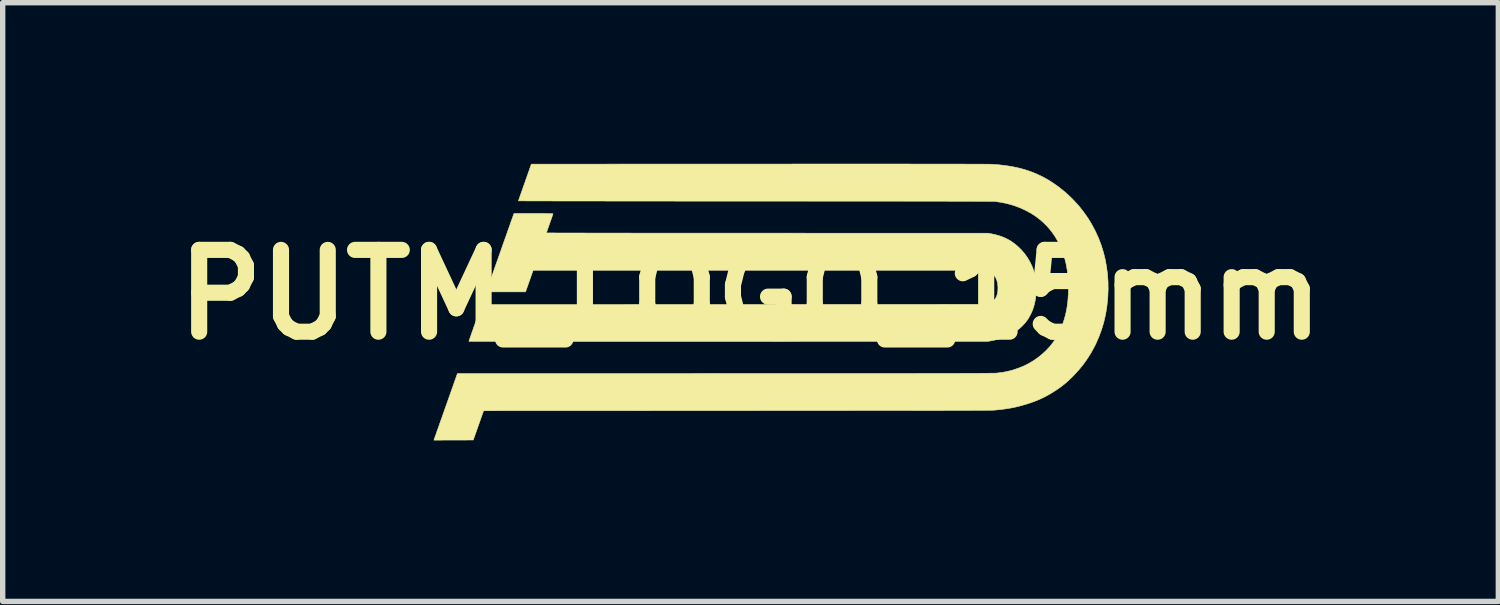
<source format=kicad_pcb>
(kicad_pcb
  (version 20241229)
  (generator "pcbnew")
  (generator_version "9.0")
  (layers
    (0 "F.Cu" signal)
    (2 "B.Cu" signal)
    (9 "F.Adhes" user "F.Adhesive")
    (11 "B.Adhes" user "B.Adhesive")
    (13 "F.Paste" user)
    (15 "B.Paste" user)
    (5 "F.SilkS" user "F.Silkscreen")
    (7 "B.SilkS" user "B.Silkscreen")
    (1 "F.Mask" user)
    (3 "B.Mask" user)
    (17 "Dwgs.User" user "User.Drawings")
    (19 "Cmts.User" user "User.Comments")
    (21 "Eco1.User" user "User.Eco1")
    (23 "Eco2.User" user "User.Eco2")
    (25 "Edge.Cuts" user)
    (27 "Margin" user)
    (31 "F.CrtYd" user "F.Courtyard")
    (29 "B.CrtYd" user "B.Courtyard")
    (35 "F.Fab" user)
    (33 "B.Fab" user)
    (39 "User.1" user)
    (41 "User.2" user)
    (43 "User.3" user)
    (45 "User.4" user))
  (footprint "PUTM_LOGO_15mm"
    (layer "F.Cu")
    (at 10.929 2.439)
    (property "Reference" "PUTM_LOGO_15mm" (at 0 0 0) (layer "F.SilkS") (effects (font (size 1.524 1.524) (thickness 0.3))))
    (attr through_hole)
    (fp_poly (pts (xy -3.974 -1.511) (xy -3.913 -1.511) (xy -3.86 -1.511) (xy -3.815 -1.511) (xy -3.777 -1.51) (xy -3.745 -1.51) (xy -3.72 -1.51) (xy -3.702 -1.509) (xy -3.689 -1.508) (xy -3.681 -1.507) (xy -3.679 -1.507) (xy -3.68 -1.502) (xy -3.684 -1.49) (xy -3.69 -1.471) (xy -3.698 -1.448) (xy -3.708 -1.419) (xy -3.719 -1.387) (xy -3.732 -1.352) (xy -3.74 -1.328) (xy -3.753 -1.291) (xy -3.765 -1.257) (xy -3.776 -1.226) (xy -3.785 -1.2) (xy -3.792 -1.178) (xy -3.798 -1.162) (xy -3.801 -1.153) (xy -3.802 -1.15) (xy -3.797 -1.15) (xy -3.785 -1.15) (xy -3.764 -1.15) (xy -3.736 -1.15) (xy -3.699 -1.15) (xy -3.656 -1.15) (xy -3.604 -1.149) (xy -3.546 -1.149) (xy -3.481 -1.149) (xy -3.409 -1.149) (xy -3.33 -1.149) (xy -3.244 -1.149) (xy -3.153 -1.149) (xy -3.055 -1.148) (xy -2.951 -1.148) (xy -2.842 -1.148) (xy -2.727 -1.148) (xy -2.607 -1.148) (xy -2.481 -1.148) (xy -2.351 -1.148) (xy -2.215 -1.147) (xy -2.075 -1.147) (xy -1.931 -1.147) (xy -1.782 -1.147) (xy -1.629 -1.147) (xy -1.473 -1.147) (xy -1.312 -1.147) (xy -1.148 -1.147) (xy -0.981 -1.147) (xy -0.81 -1.146) (xy -0.636 -1.146) (xy -0.46 -1.146) (xy -0.281 -1.146) (xy -0.099 -1.146) (xy 0.085 -1.146) (xy 0.271 -1.146) (xy 0.31 -1.146) (xy 4.422 -1.145) (xy 4.475 -1.136) (xy 4.562 -1.118) (xy 4.642 -1.095) (xy 4.718 -1.067) (xy 4.789 -1.033) (xy 4.858 -0.993) (xy 4.924 -0.945) (xy 4.978 -0.9) (xy 5.043 -0.837) (xy 5.102 -0.769) (xy 5.155 -0.696) (xy 5.201 -0.619) (xy 5.241 -0.538) (xy 5.273 -0.455) (xy 5.297 -0.37) (xy 5.314 -0.283) (xy 5.323 -0.193) (xy 5.325 -0.1) (xy 5.322 -0.035) (xy 5.313 0.051) (xy 5.299 0.131) (xy 5.281 0.206) (xy 5.258 0.277) (xy 5.229 0.344) (xy 5.228 0.347) (xy 5.201 0.399) (xy 5.175 0.445) (xy 5.146 0.487) (xy 5.115 0.526) (xy 5.078 0.566) (xy 5.074 0.571) (xy 5.018 0.624) (xy 4.959 0.671) (xy 4.895 0.713) (xy 4.825 0.751) (xy 4.824 0.752) (xy 4.77 0.777) (xy 4.716 0.798) (xy 4.661 0.817) (xy 4.601 0.833) (xy 4.537 0.848) (xy 4.47 0.861) (xy 4.417 0.87) (xy -0.414 0.871) (xy -0.616 0.871) (xy -0.816 0.871) (xy -1.014 0.871) (xy -1.209 0.871) (xy -1.402 0.871) (xy -1.592 0.871) (xy -1.78 0.871) (xy -1.964 0.871) (xy -2.145 0.871) (xy -2.323 0.871) (xy -2.497 0.871) (xy -2.667 0.871) (xy -2.834 0.871) (xy -2.996 0.871) (xy -3.154 0.871) (xy -3.308 0.871) (xy -3.457 0.871) (xy -3.602 0.871) (xy -3.741 0.871) (xy -3.876 0.871) (xy -4.005 0.871) (xy -4.129 0.871) (xy -4.247 0.871) (xy -4.36 0.871) (xy -4.466 0.87) (xy -4.567 0.87) (xy -4.661 0.87) (xy -4.749 0.87) (xy -4.83 0.87) (xy -4.905 0.87) (xy -4.973 0.87) (xy -5.033 0.87) (xy -5.086 0.87) (xy -5.132 0.87) (xy -5.171 0.869) (xy -5.201 0.869) (xy -5.224 0.869) (xy -5.239 0.869) (xy -5.245 0.869) (xy -5.245 0.869) (xy -5.244 0.864) (xy -5.24 0.853) (xy -5.233 0.834) (xy -5.225 0.809) (xy -5.214 0.779) (xy -5.202 0.743) (xy -5.188 0.703) (xy -5.172 0.659) (xy -5.156 0.612) (xy -5.138 0.562) (xy -5.125 0.525) (xy -5.005 0.184) (xy -0.313 0.182) (xy 4.379 0.18) (xy 4.411 0.171) (xy 4.458 0.154) (xy 4.498 0.133) (xy 4.531 0.108) (xy 4.559 0.077) (xy 4.58 0.041) (xy 4.595 -0.001) (xy 4.605 -0.049) (xy 4.609 -0.102) (xy 4.609 -0.148) (xy 4.603 -0.206) (xy 4.592 -0.258) (xy 4.574 -0.304) (xy 4.55 -0.345) (xy 4.521 -0.379) (xy 4.485 -0.407) (xy 4.443 -0.43) (xy 4.398 -0.445) (xy 4.362 -0.455) (xy -4.048 -0.455) (xy -4.19 -0.053) (xy -4.555 -0.052) (xy -4.621 -0.052) (xy -4.681 -0.052) (xy -4.736 -0.052) (xy -4.783 -0.052) (xy -4.825 -0.052) (xy -4.859 -0.052) (xy -4.886 -0.053) (xy -4.905 -0.053) (xy -4.916 -0.054) (xy -4.919 -0.055) (xy -4.918 -0.059) (xy -4.914 -0.071) (xy -4.907 -0.09) (xy -4.898 -0.116) (xy -4.887 -0.148) (xy -4.873 -0.186) (xy -4.858 -0.23) (xy -4.841 -0.279) (xy -4.822 -0.333) (xy -4.802 -0.391) (xy -4.78 -0.453) (xy -4.757 -0.518) (xy -4.733 -0.587) (xy -4.707 -0.658) (xy -4.681 -0.732) (xy -4.669 -0.767) (xy -4.642 -0.842) (xy -4.617 -0.915) (xy -4.592 -0.985) (xy -4.568 -1.053) (xy -4.545 -1.117) (xy -4.524 -1.178) (xy -4.504 -1.235) (xy -4.485 -1.287) (xy -4.469 -1.334) (xy -4.454 -1.376) (xy -4.441 -1.412) (xy -4.43 -1.442) (xy -4.422 -1.466) (xy -4.416 -1.483) (xy -4.413 -1.492) (xy -4.412 -1.493) (xy -4.406 -1.511) (xy -4.042 -1.511) (xy -3.974 -1.511)) (stroke (width 0.01) (type solid)) (fill yes) (layer "F.SilkS"))
    (fp_poly (pts (xy 2.107 -2.434) (xy 2.285 -2.434) (xy 2.456 -2.434) (xy 2.619 -2.434) (xy 2.774 -2.434) (xy 2.922 -2.434) (xy 3.063 -2.433) (xy 3.196 -2.433) (xy 3.322 -2.433) (xy 3.442 -2.433) (xy 3.554 -2.433) (xy 3.659 -2.433) (xy 3.758 -2.433) (xy 3.85 -2.433) (xy 3.935 -2.433) (xy 4.014 -2.432) (xy 4.086 -2.432) (xy 4.151 -2.432) (xy 4.211 -2.432) (xy 4.264 -2.432) (xy 4.311 -2.432) (xy 4.352 -2.431) (xy 4.387 -2.431) (xy 4.416 -2.431) (xy 4.439 -2.431) (xy 4.457 -2.43) (xy 4.468 -2.43) (xy 4.473 -2.43) (xy 4.612 -2.421) (xy 4.745 -2.406) (xy 4.872 -2.386) (xy 4.994 -2.36) (xy 5.111 -2.329) (xy 5.224 -2.291) (xy 5.333 -2.247) (xy 5.439 -2.197) (xy 5.542 -2.14) (xy 5.642 -2.076) (xy 5.741 -2.006) (xy 5.839 -1.928) (xy 5.895 -1.88) (xy 5.923 -1.854) (xy 5.954 -1.824) (xy 5.988 -1.791) (xy 6.022 -1.756) (xy 6.055 -1.721) (xy 6.086 -1.687) (xy 6.113 -1.657) (xy 6.125 -1.643) (xy 6.211 -1.533) (xy 6.29 -1.42) (xy 6.361 -1.302) (xy 6.425 -1.181) (xy 6.482 -1.056) (xy 6.531 -0.928) (xy 6.572 -0.796) (xy 6.606 -0.662) (xy 6.631 -0.525) (xy 6.65 -0.386) (xy 6.66 -0.244) (xy 6.662 -0.101) (xy 6.656 0.045) (xy 6.652 0.096) (xy 6.636 0.239) (xy 6.612 0.379) (xy 6.58 0.516) (xy 6.54 0.649) (xy 6.492 0.779) (xy 6.437 0.906) (xy 6.409 0.963) (xy 6.346 1.079) (xy 6.277 1.189) (xy 6.203 1.294) (xy 6.121 1.395) (xy 6.032 1.492) (xy 5.996 1.529) (xy 5.945 1.578) (xy 5.898 1.622) (xy 5.851 1.662) (xy 5.803 1.7) (xy 5.753 1.737) (xy 5.698 1.775) (xy 5.683 1.784) (xy 5.586 1.845) (xy 5.489 1.899) (xy 5.391 1.946) (xy 5.289 1.988) (xy 5.203 2.018) (xy 5.133 2.041) (xy 5.068 2.06) (xy 5.005 2.077) (xy 4.943 2.092) (xy 4.88 2.105) (xy 4.816 2.117) (xy 4.749 2.127) (xy 4.678 2.137) (xy 4.6 2.145) (xy 4.536 2.151) (xy 4.531 2.152) (xy 4.523 2.152) (xy 4.51 2.152) (xy 4.494 2.152) (xy 4.474 2.153) (xy 4.449 2.153) (xy 4.42 2.153) (xy 4.387 2.153) (xy 4.349 2.154) (xy 4.307 2.154) (xy 4.26 2.154) (xy 4.208 2.154) (xy 4.151 2.154) (xy 4.089 2.155) (xy 4.022 2.155) (xy 3.949 2.155) (xy 3.871 2.155) (xy 3.787 2.155) (xy 3.698 2.155) (xy 3.603 2.156) (xy 3.502 2.156) (xy 3.395 2.156) (xy 3.282 2.156) (xy 3.163 2.156) (xy 3.037 2.156) (xy 2.905 2.157) (xy 2.766 2.157) (xy 2.62 2.157) (xy 2.468 2.157) (xy 2.309 2.157) (xy 2.143 2.157) (xy 1.969 2.157) (xy 1.788 2.158) (xy 1.6 2.158) (xy 1.404 2.158) (xy 1.201 2.158) (xy 0.99 2.158) (xy 0.771 2.158) (xy 0.544 2.158) (xy 0.309 2.158) (xy 0.066 2.159) (xy -0.186 2.159) (xy -0.245 2.159) (xy -4.971 2.161) (xy -5.164 2.707) (xy -5.897 2.709) (xy -5.881 2.664) (xy -5.878 2.655) (xy -5.872 2.638) (xy -5.863 2.614) (xy -5.852 2.583) (xy -5.84 2.547) (xy -5.825 2.505) (xy -5.808 2.458) (xy -5.79 2.407) (xy -5.771 2.352) (xy -5.75 2.293) (xy -5.728 2.231) (xy -5.705 2.166) (xy -5.682 2.099) (xy -5.662 2.044) (xy -5.459 1.469) (xy -0.464 1.468) (xy -0.215 1.468) (xy 0.024 1.468) (xy 0.256 1.468) (xy 0.48 1.468) (xy 0.696 1.468) (xy 0.904 1.467) (xy 1.104 1.467) (xy 1.297 1.467) (xy 1.483 1.467) (xy 1.661 1.467) (xy 1.833 1.467) (xy 1.997 1.467) (xy 2.155 1.467) (xy 2.306 1.467) (xy 2.451 1.467) (xy 2.589 1.467) (xy 2.722 1.467) (xy 2.848 1.467) (xy 2.968 1.467) (xy 3.083 1.467) (xy 3.192 1.466) (xy 3.295 1.466) (xy 3.394 1.466) (xy 3.487 1.466) (xy 3.575 1.466) (xy 3.658 1.466) (xy 3.737 1.466) (xy 3.81 1.466) (xy 3.88 1.466) (xy 3.945 1.465) (xy 4.006 1.465) (xy 4.063 1.465) (xy 4.116 1.465) (xy 4.165 1.465) (xy 4.211 1.465) (xy 4.253 1.465) (xy 4.292 1.464) (xy 4.328 1.464) (xy 4.361 1.464) (xy 4.391 1.464) (xy 4.418 1.464) (xy 4.443 1.463) (xy 4.465 1.463) (xy 4.485 1.463) (xy 4.503 1.463) (xy 4.518 1.462) (xy 4.532 1.462) (xy 4.545 1.462) (xy 4.555 1.462) (xy 4.564 1.461) (xy 4.572 1.461) (xy 4.579 1.461) (xy 4.585 1.46) (xy 4.59 1.46) (xy 4.594 1.46) (xy 4.597 1.459) (xy 4.597 1.459) (xy 4.663 1.451) (xy 4.723 1.442) (xy 4.778 1.431) (xy 4.83 1.419) (xy 4.882 1.405) (xy 4.889 1.403) (xy 4.995 1.367) (xy 5.095 1.326) (xy 5.189 1.279) (xy 5.278 1.225) (xy 5.363 1.165) (xy 5.444 1.098) (xy 5.502 1.044) (xy 5.534 1.011) (xy 5.561 0.982) (xy 5.585 0.955) (xy 5.607 0.927) (xy 5.629 0.898) (xy 5.652 0.866) (xy 5.668 0.842) (xy 5.722 0.754) (xy 5.77 0.66) (xy 5.811 0.56) (xy 5.846 0.455) (xy 5.875 0.345) (xy 5.897 0.231) (xy 5.912 0.111) (xy 5.921 -0.013) (xy 5.924 -0.142) (xy 5.922 -0.218) (xy 5.914 -0.342) (xy 5.899 -0.462) (xy 5.878 -0.578) (xy 5.849 -0.69) (xy 5.814 -0.796) (xy 5.773 -0.898) (xy 5.725 -0.995) (xy 5.671 -1.087) (xy 5.61 -1.174) (xy 5.543 -1.255) (xy 5.51 -1.29) (xy 5.442 -1.357) (xy 5.371 -1.416) (xy 5.297 -1.471) (xy 5.217 -1.521) (xy 5.131 -1.567) (xy 5.116 -1.575) (xy 5.029 -1.615) (xy 4.941 -1.649) (xy 4.851 -1.678) (xy 4.758 -1.702) (xy 4.661 -1.721) (xy 4.557 -1.736) (xy 4.553 -1.736) (xy 4.549 -1.737) (xy 4.541 -1.737) (xy 4.53 -1.737) (xy 4.514 -1.737) (xy 4.495 -1.738) (xy 4.472 -1.738) (xy 4.444 -1.738) (xy 4.413 -1.738) (xy 4.377 -1.739) (xy 4.336 -1.739) (xy 4.29 -1.739) (xy 4.24 -1.739) (xy 4.185 -1.739) (xy 4.125 -1.74) (xy 4.059 -1.74) (xy 3.989 -1.74) (xy 3.913 -1.74) (xy 3.831 -1.74) (xy 3.744 -1.74) (xy 3.651 -1.741) (xy 3.552 -1.741) (xy 3.447 -1.741) (xy 3.336 -1.741) (xy 3.219 -1.741) (xy 3.095 -1.741) (xy 2.965 -1.741) (xy 2.828 -1.742) (xy 2.684 -1.742) (xy 2.534 -1.742) (xy 2.377 -1.742) (xy 2.212 -1.742) (xy 2.041 -1.742) (xy 1.862 -1.742) (xy 1.675 -1.742) (xy 1.481 -1.742) (xy 1.279 -1.742) (xy 1.069 -1.742) (xy 0.852 -1.743) (xy 0.626 -1.743) (xy 0.392 -1.743) (xy 0.15 -1.743) (xy 0.094 -1.743) (xy -0.099 -1.743) (xy -0.29 -1.743) (xy -0.479 -1.743) (xy -0.666 -1.743) (xy -0.85 -1.743) (xy -1.031 -1.743) (xy -1.209 -1.743) (xy -1.384 -1.743) (xy -1.556 -1.744) (xy -1.724 -1.744) (xy -1.889 -1.744) (xy -2.05 -1.744) (xy -2.207 -1.744) (xy -2.36 -1.744) (xy -2.508 -1.744) (xy -2.652 -1.744) (xy -2.791 -1.745) (xy -2.926 -1.745) (xy -3.055 -1.745) (xy -3.179 -1.745) (xy -3.298 -1.745) (xy -3.411 -1.745) (xy -3.518 -1.745) (xy -3.62 -1.745) (xy -3.715 -1.746) (xy -3.804 -1.746) (xy -3.887 -1.746) (xy -3.963 -1.746) (xy -4.032 -1.746) (xy -4.095 -1.746) (xy -4.15 -1.746) (xy -4.198 -1.747) (xy -4.238 -1.747) (xy -4.271 -1.747) (xy -4.296 -1.747) (xy -4.312 -1.747) (xy -4.321 -1.747) (xy -4.322 -1.747) (xy -4.321 -1.752) (xy -4.317 -1.764) (xy -4.31 -1.782) (xy -4.302 -1.807) (xy -4.291 -1.837) (xy -4.279 -1.873) (xy -4.265 -1.913) (xy -4.249 -1.957) (xy -4.233 -2.004) (xy -4.215 -2.054) (xy -4.202 -2.091) (xy -4.082 -2.432) (xy 0.147 -2.433) (xy 0.397 -2.433) (xy 0.64 -2.433) (xy 0.873 -2.434) (xy 1.099 -2.434) (xy 1.317 -2.434) (xy 1.526 -2.434) (xy 1.728 -2.434) (xy 1.921 -2.434) (xy 2.107 -2.434)) (stroke (width 0.01) (type solid)) (fill yes) (layer "F.SilkS")))
  (gr_rect
    (start -3 -3)
    (end 24.859 8.153)
    (stroke (width 0.1) (type default))
    (fill no)
    (layer "Edge.Cuts")))
</source>
